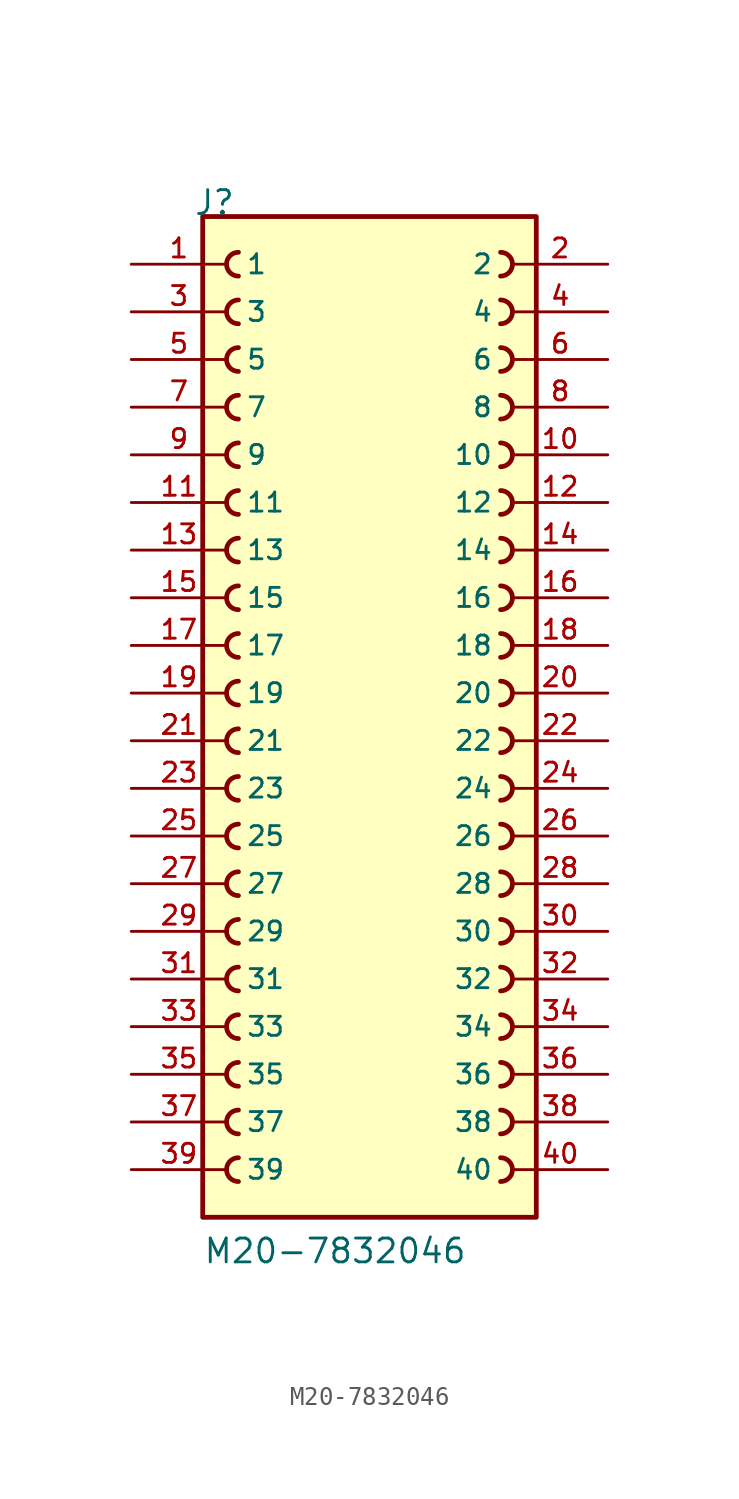
<source format=kicad_sym>
(kicad_symbol_lib
  (version 20211014)
  (generator kicad_symbol_editor)
  (symbol "M20-7832046"
    (pin_names
      (offset 1.016))
    (property "Reference" "J"
      (at -9.39 27.94 0)
      (effects (font (size 1.27 1.27)) (justify bottom left)))
    (property "Value" "M20-7832046"
      (at -8.89 -27.94 0)
      (effects (font (size 1.27 1.27)) (justify bottom left)))
    (symbol "M20-7832046_0_0"
      (arc (start -6.985 26.035) (mid -7.62 25.4) (end -6.985 24.765) (stroke (width 0.254) (type default) (color 0 0 0 0)) (fill (type none)))
      (arc (start 6.985 24.765) (mid 7.62 25.4) (end 6.985 26.035) (stroke (width 0.254) (type default) (color 0 0 0 0)) (fill (type none)))
      (arc (start -6.985 23.495) (mid -7.62 22.86) (end -6.985 22.225) (stroke (width 0.254) (type default) (color 0 0 0 0)) (fill (type none)))
      (arc (start 6.985 22.225) (mid 7.62 22.86) (end 6.985 23.495) (stroke (width 0.254) (type default) (color 0 0 0 0)) (fill (type none)))
      (arc (start -6.985 20.955) (mid -7.62 20.32) (end -6.985 19.685) (stroke (width 0.254) (type default) (color 0 0 0 0)) (fill (type none)))
      (arc (start 6.985 19.685) (mid 7.62 20.32) (end 6.985 20.955) (stroke (width 0.254) (type default) (color 0 0 0 0)) (fill (type none)))
      (arc (start -6.985 18.415) (mid -7.62 17.78) (end -6.985 17.145) (stroke (width 0.254) (type default) (color 0 0 0 0)) (fill (type none)))
      (arc (start 6.985 17.145) (mid 7.62 17.78) (end 6.985 18.415) (stroke (width 0.254) (type default) (color 0 0 0 0)) (fill (type none)))
      (arc (start -6.985 15.875) (mid -7.62 15.24) (end -6.985 14.605) (stroke (width 0.254) (type default) (color 0 0 0 0)) (fill (type none)))
      (arc (start 6.985 14.605) (mid 7.62 15.24) (end 6.985 15.875) (stroke (width 0.254) (type default) (color 0 0 0 0)) (fill (type none)))
      (arc (start -6.985 13.335) (mid -7.62 12.7) (end -6.985 12.065) (stroke (width 0.254) (type default) (color 0 0 0 0)) (fill (type none)))
      (arc (start 6.985 12.065) (mid 7.62 12.7) (end 6.985 13.335) (stroke (width 0.254) (type default) (color 0 0 0 0)) (fill (type none)))
      (arc (start -6.985 10.795) (mid -7.62 10.16) (end -6.985 9.525) (stroke (width 0.254) (type default) (color 0 0 0 0)) (fill (type none)))
      (arc (start 6.985 9.525) (mid 7.62 10.16) (end 6.985 10.795) (stroke (width 0.254) (type default) (color 0 0 0 0)) (fill (type none)))
      (arc (start -6.985 8.255) (mid -7.62 7.62) (end -6.985 6.985) (stroke (width 0.254) (type default) (color 0 0 0 0)) (fill (type none)))
      (arc (start 6.985 6.985) (mid 7.62 7.62) (end 6.985 8.255) (stroke (width 0.254) (type default) (color 0 0 0 0)) (fill (type none)))
      (arc (start -6.985 5.715) (mid -7.62 5.08) (end -6.985 4.445) (stroke (width 0.254) (type default) (color 0 0 0 0)) (fill (type none)))
      (arc (start 6.985 4.445) (mid 7.62 5.08) (end 6.985 5.715) (stroke (width 0.254) (type default) (color 0 0 0 0)) (fill (type none)))
      (arc (start -6.985 3.175) (mid -7.62 2.54) (end -6.985 1.905) (stroke (width 0.254) (type default) (color 0 0 0 0)) (fill (type none)))
      (arc (start 6.985 1.905) (mid 7.62 2.54) (end 6.985 3.175) (stroke (width 0.254) (type default) (color 0 0 0 0)) (fill (type none)))
      (arc (start -6.985 0.635) (mid -7.62 -0.0) (end -6.985 -0.635) (stroke (width 0.254) (type default) (color 0 0 0 0)) (fill (type none)))
      (arc (start 6.985 -0.635) (mid 7.62 0.0) (end 6.985 0.635) (stroke (width 0.254) (type default) (color 0 0 0 0)) (fill (type none)))
      (arc (start -6.985 -1.905) (mid -7.62 -2.54) (end -6.985 -3.175) (stroke (width 0.254) (type default) (color 0 0 0 0)) (fill (type none)))
      (arc (start 6.985 -3.175) (mid 7.62 -2.54) (end 6.985 -1.905) (stroke (width 0.254) (type default) (color 0 0 0 0)) (fill (type none)))
      (arc (start -6.985 -4.445) (mid -7.62 -5.08) (end -6.985 -5.715) (stroke (width 0.254) (type default) (color 0 0 0 0)) (fill (type none)))
      (arc (start 6.985 -5.715) (mid 7.62 -5.08) (end 6.985 -4.445) (stroke (width 0.254) (type default) (color 0 0 0 0)) (fill (type none)))
      (arc (start -6.985 -6.985) (mid -7.62 -7.62) (end -6.985 -8.255) (stroke (width 0.254) (type default) (color 0 0 0 0)) (fill (type none)))
      (arc (start 6.985 -8.255) (mid 7.62 -7.62) (end 6.985 -6.985) (stroke (width 0.254) (type default) (color 0 0 0 0)) (fill (type none)))
      (arc (start -6.985 -9.525) (mid -7.62 -10.16) (end -6.985 -10.795) (stroke (width 0.254) (type default) (color 0 0 0 0)) (fill (type none)))
      (arc (start 6.985 -10.795) (mid 7.62 -10.16) (end 6.985 -9.525) (stroke (width 0.254) (type default) (color 0 0 0 0)) (fill (type none)))
      (arc (start -6.985 -12.065) (mid -7.62 -12.7) (end -6.985 -13.335) (stroke (width 0.254) (type default) (color 0 0 0 0)) (fill (type none)))
      (arc (start 6.985 -13.335) (mid 7.62 -12.7) (end 6.985 -12.065) (stroke (width 0.254) (type default) (color 0 0 0 0)) (fill (type none)))
      (arc (start -6.985 -14.605) (mid -7.62 -15.24) (end -6.985 -15.875) (stroke (width 0.254) (type default) (color 0 0 0 0)) (fill (type none)))
      (arc (start 6.985 -15.875) (mid 7.62 -15.24) (end 6.985 -14.605) (stroke (width 0.254) (type default) (color 0 0 0 0)) (fill (type none)))
      (arc (start -6.985 -17.145) (mid -7.62 -17.78) (end -6.985 -18.415) (stroke (width 0.254) (type default) (color 0 0 0 0)) (fill (type none)))
      (arc (start 6.985 -18.415) (mid 7.62 -17.78) (end 6.985 -17.145) (stroke (width 0.254) (type default) (color 0 0 0 0)) (fill (type none)))
      (arc (start -6.985 -19.685) (mid -7.62 -20.32) (end -6.985 -20.955) (stroke (width 0.254) (type default) (color 0 0 0 0)) (fill (type none)))
      (arc (start 6.985 -20.955) (mid 7.62 -20.32) (end 6.985 -19.685) (stroke (width 0.254) (type default) (color 0 0 0 0)) (fill (type none)))
      (arc (start -6.985 -22.225) (mid -7.62 -22.86) (end -6.985 -23.495) (stroke (width 0.254) (type default) (color 0 0 0 0)) (fill (type none)))
      (arc (start 6.985 -23.495) (mid 7.62 -22.86) (end 6.985 -22.225) (stroke (width 0.254) (type default) (color 0 0 0 0)) (fill (type none)))
      (rectangle (start -8.89 -25.4) (end 8.89 27.94) (stroke (width 0.254)) (fill (type background)))
      (pin passive line (at -12.7 25.4 0) (length 5.08) (name "1" (effects (font (size 1.016 1.016)))) (number "1" (effects (font (size 1.016 1.016)))))
      (pin passive line (at 12.7 25.4 180.0) (length 5.08) (name "2" (effects (font (size 1.016 1.016)))) (number "2" (effects (font (size 1.016 1.016)))))
      (pin passive line (at -12.7 22.86 0) (length 5.08) (name "3" (effects (font (size 1.016 1.016)))) (number "3" (effects (font (size 1.016 1.016)))))
      (pin passive line (at 12.7 22.86 180.0) (length 5.08) (name "4" (effects (font (size 1.016 1.016)))) (number "4" (effects (font (size 1.016 1.016)))))
      (pin passive line (at -12.7 20.32 0) (length 5.08) (name "5" (effects (font (size 1.016 1.016)))) (number "5" (effects (font (size 1.016 1.016)))))
      (pin passive line (at 12.7 20.32 180.0) (length 5.08) (name "6" (effects (font (size 1.016 1.016)))) (number "6" (effects (font (size 1.016 1.016)))))
      (pin passive line (at -12.7 17.78 0) (length 5.08) (name "7" (effects (font (size 1.016 1.016)))) (number "7" (effects (font (size 1.016 1.016)))))
      (pin passive line (at 12.7 17.78 180.0) (length 5.08) (name "8" (effects (font (size 1.016 1.016)))) (number "8" (effects (font (size 1.016 1.016)))))
      (pin passive line (at -12.7 15.24 0) (length 5.08) (name "9" (effects (font (size 1.016 1.016)))) (number "9" (effects (font (size 1.016 1.016)))))
      (pin passive line (at 12.7 15.24 180.0) (length 5.08) (name "10" (effects (font (size 1.016 1.016)))) (number "10" (effects (font (size 1.016 1.016)))))
      (pin passive line (at -12.7 12.7 0) (length 5.08) (name "11" (effects (font (size 1.016 1.016)))) (number "11" (effects (font (size 1.016 1.016)))))
      (pin passive line (at 12.7 12.7 180.0) (length 5.08) (name "12" (effects (font (size 1.016 1.016)))) (number "12" (effects (font (size 1.016 1.016)))))
      (pin passive line (at -12.7 10.16 0) (length 5.08) (name "13" (effects (font (size 1.016 1.016)))) (number "13" (effects (font (size 1.016 1.016)))))
      (pin passive line (at 12.7 10.16 180.0) (length 5.08) (name "14" (effects (font (size 1.016 1.016)))) (number "14" (effects (font (size 1.016 1.016)))))
      (pin passive line (at -12.7 7.62 0) (length 5.08) (name "15" (effects (font (size 1.016 1.016)))) (number "15" (effects (font (size 1.016 1.016)))))
      (pin passive line (at 12.7 7.62 180.0) (length 5.08) (name "16" (effects (font (size 1.016 1.016)))) (number "16" (effects (font (size 1.016 1.016)))))
      (pin passive line (at -12.7 5.08 0) (length 5.08) (name "17" (effects (font (size 1.016 1.016)))) (number "17" (effects (font (size 1.016 1.016)))))
      (pin passive line (at 12.7 5.08 180.0) (length 5.08) (name "18" (effects (font (size 1.016 1.016)))) (number "18" (effects (font (size 1.016 1.016)))))
      (pin passive line (at -12.7 2.54 0) (length 5.08) (name "19" (effects (font (size 1.016 1.016)))) (number "19" (effects (font (size 1.016 1.016)))))
      (pin passive line (at 12.7 2.54 180.0) (length 5.08) (name "20" (effects (font (size 1.016 1.016)))) (number "20" (effects (font (size 1.016 1.016)))))
      (pin passive line (at -12.7 0.0 0) (length 5.08) (name "21" (effects (font (size 1.016 1.016)))) (number "21" (effects (font (size 1.016 1.016)))))
      (pin passive line (at 12.7 0.0 180.0) (length 5.08) (name "22" (effects (font (size 1.016 1.016)))) (number "22" (effects (font (size 1.016 1.016)))))
      (pin passive line (at -12.7 -2.54 0) (length 5.08) (name "23" (effects (font (size 1.016 1.016)))) (number "23" (effects (font (size 1.016 1.016)))))
      (pin passive line (at 12.7 -2.54 180.0) (length 5.08) (name "24" (effects (font (size 1.016 1.016)))) (number "24" (effects (font (size 1.016 1.016)))))
      (pin passive line (at -12.7 -5.08 0) (length 5.08) (name "25" (effects (font (size 1.016 1.016)))) (number "25" (effects (font (size 1.016 1.016)))))
      (pin passive line (at 12.7 -5.08 180.0) (length 5.08) (name "26" (effects (font (size 1.016 1.016)))) (number "26" (effects (font (size 1.016 1.016)))))
      (pin passive line (at -12.7 -7.62 0) (length 5.08) (name "27" (effects (font (size 1.016 1.016)))) (number "27" (effects (font (size 1.016 1.016)))))
      (pin passive line (at 12.7 -7.62 180.0) (length 5.08) (name "28" (effects (font (size 1.016 1.016)))) (number "28" (effects (font (size 1.016 1.016)))))
      (pin passive line (at -12.7 -10.16 0) (length 5.08) (name "29" (effects (font (size 1.016 1.016)))) (number "29" (effects (font (size 1.016 1.016)))))
      (pin passive line (at 12.7 -10.16 180.0) (length 5.08) (name "30" (effects (font (size 1.016 1.016)))) (number "30" (effects (font (size 1.016 1.016)))))
      (pin passive line (at -12.7 -12.7 0) (length 5.08) (name "31" (effects (font (size 1.016 1.016)))) (number "31" (effects (font (size 1.016 1.016)))))
      (pin passive line (at 12.7 -12.7 180.0) (length 5.08) (name "32" (effects (font (size 1.016 1.016)))) (number "32" (effects (font (size 1.016 1.016)))))
      (pin passive line (at -12.7 -15.24 0) (length 5.08) (name "33" (effects (font (size 1.016 1.016)))) (number "33" (effects (font (size 1.016 1.016)))))
      (pin passive line (at 12.7 -15.24 180.0) (length 5.08) (name "34" (effects (font (size 1.016 1.016)))) (number "34" (effects (font (size 1.016 1.016)))))
      (pin passive line (at -12.7 -17.78 0) (length 5.08) (name "35" (effects (font (size 1.016 1.016)))) (number "35" (effects (font (size 1.016 1.016)))))
      (pin passive line (at 12.7 -17.78 180.0) (length 5.08) (name "36" (effects (font (size 1.016 1.016)))) (number "36" (effects (font (size 1.016 1.016)))))
      (pin passive line (at -12.7 -20.32 0) (length 5.08) (name "37" (effects (font (size 1.016 1.016)))) (number "37" (effects (font (size 1.016 1.016)))))
      (pin passive line (at 12.7 -20.32 180.0) (length 5.08) (name "38" (effects (font (size 1.016 1.016)))) (number "38" (effects (font (size 1.016 1.016)))))
      (pin passive line (at -12.7 -22.86 0) (length 5.08) (name "39" (effects (font (size 1.016 1.016)))) (number "39" (effects (font (size 1.016 1.016)))))
      (pin passive line (at 12.7 -22.86 180.0) (length 5.08) (name "40" (effects (font (size 1.016 1.016)))) (number "40" (effects (font (size 1.016 1.016))))))))
</source>
